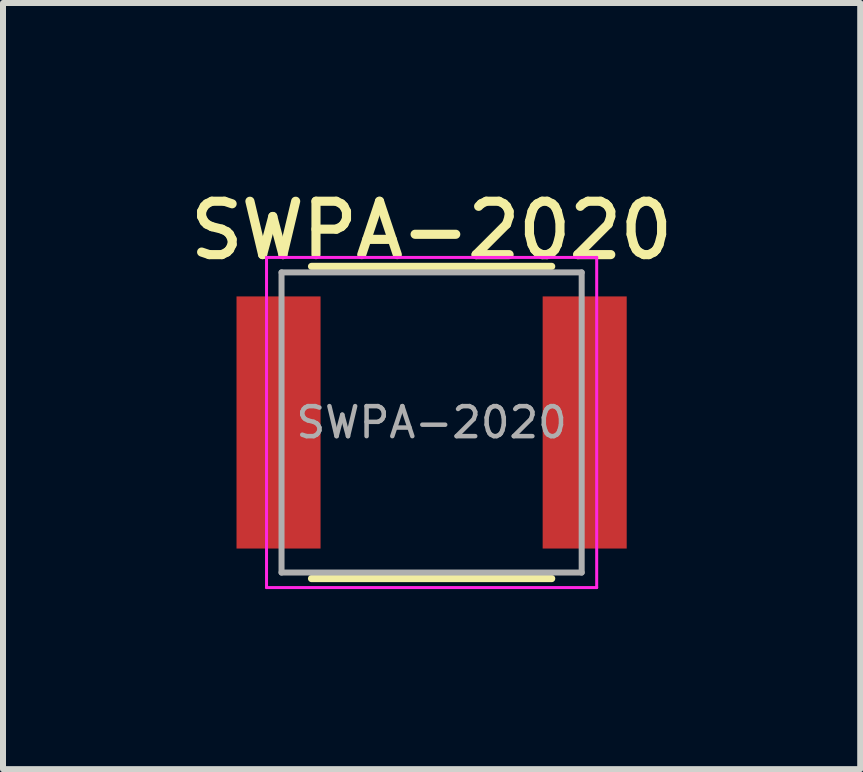
<source format=kicad_pcb>
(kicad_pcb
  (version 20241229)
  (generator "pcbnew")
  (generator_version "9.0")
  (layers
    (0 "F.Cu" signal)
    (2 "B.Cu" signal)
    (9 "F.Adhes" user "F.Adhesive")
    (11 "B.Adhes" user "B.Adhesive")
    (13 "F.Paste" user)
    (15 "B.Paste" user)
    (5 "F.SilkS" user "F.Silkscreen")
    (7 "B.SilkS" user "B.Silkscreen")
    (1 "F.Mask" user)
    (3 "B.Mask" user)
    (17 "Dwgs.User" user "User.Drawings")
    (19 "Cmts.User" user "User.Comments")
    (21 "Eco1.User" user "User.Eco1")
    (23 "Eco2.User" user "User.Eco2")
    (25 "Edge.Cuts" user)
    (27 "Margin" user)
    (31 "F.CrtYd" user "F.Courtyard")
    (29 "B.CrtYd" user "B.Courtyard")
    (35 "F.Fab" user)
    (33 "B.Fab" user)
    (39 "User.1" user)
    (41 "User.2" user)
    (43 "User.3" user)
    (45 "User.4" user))
  (footprint "SWPA-2020"
    (layer "F.Cu")
    (at 4.14 3.988)
    (property "Reference" "SWPA-2020" (at 0 -3.2 0) (layer "F.SilkS") (effects (font (size 0.889 0.889) (thickness 0.152))))
    (attr smd)
    (fp_line (start -2 -2.6) (end 2 -2.6) (stroke (width 0.12) (type solid)) (layer "F.SilkS"))
    (fp_line (start -2 2.6) (end 2 2.6) (stroke (width 0.12) (type solid)) (layer "F.SilkS"))
    (fp_line (start -2.75 -2.75) (end -2.75 2.75) (stroke (width 0.05) (type solid)) (layer "F.CrtYd"))
    (fp_line (start -2.75 2.75) (end 2.75 2.75) (stroke (width 0.05) (type solid)) (layer "F.CrtYd"))
    (fp_line (start 2.75 -2.75) (end -2.75 -2.75) (stroke (width 0.05) (type solid)) (layer "F.CrtYd"))
    (fp_line (start 2.75 2.75) (end 2.75 -2.75) (stroke (width 0.05) (type solid)) (layer "F.CrtYd"))
    (fp_line (start -2.5 -2.5) (end -2.5 2.5) (stroke (width 0.1) (type solid)) (layer "F.Fab"))
    (fp_line (start -2.5 2.5) (end 2.5 2.5) (stroke (width 0.1) (type solid)) (layer "F.Fab"))
    (fp_line (start 2.5 -2.5) (end -2.5 -2.5) (stroke (width 0.1) (type solid)) (layer "F.Fab"))
    (fp_line (start 2.5 2.5) (end 2.5 -2.5) (stroke (width 0.1) (type solid)) (layer "F.Fab"))
    (fp_text user "${REFERENCE}" (at 0 0 0) (layer "F.Fab") (effects (font (size 0.5 0.5) (thickness 0.075))))
    (pad "1" smd rect (at -2.55 0) (size 1.4 4.2) (layers "F.Cu" "F.Mask" "F.Paste"))
    (pad "2" smd rect (at 2.55 0) (size 1.4 4.2) (layers "F.Cu" "F.Mask" "F.Paste")))
  (gr_rect
    (start -3 -3)
    (end 11.28 9.763)
    (stroke (width 0.1) (type default))
    (fill no)
    (layer "Edge.Cuts")))
</source>
